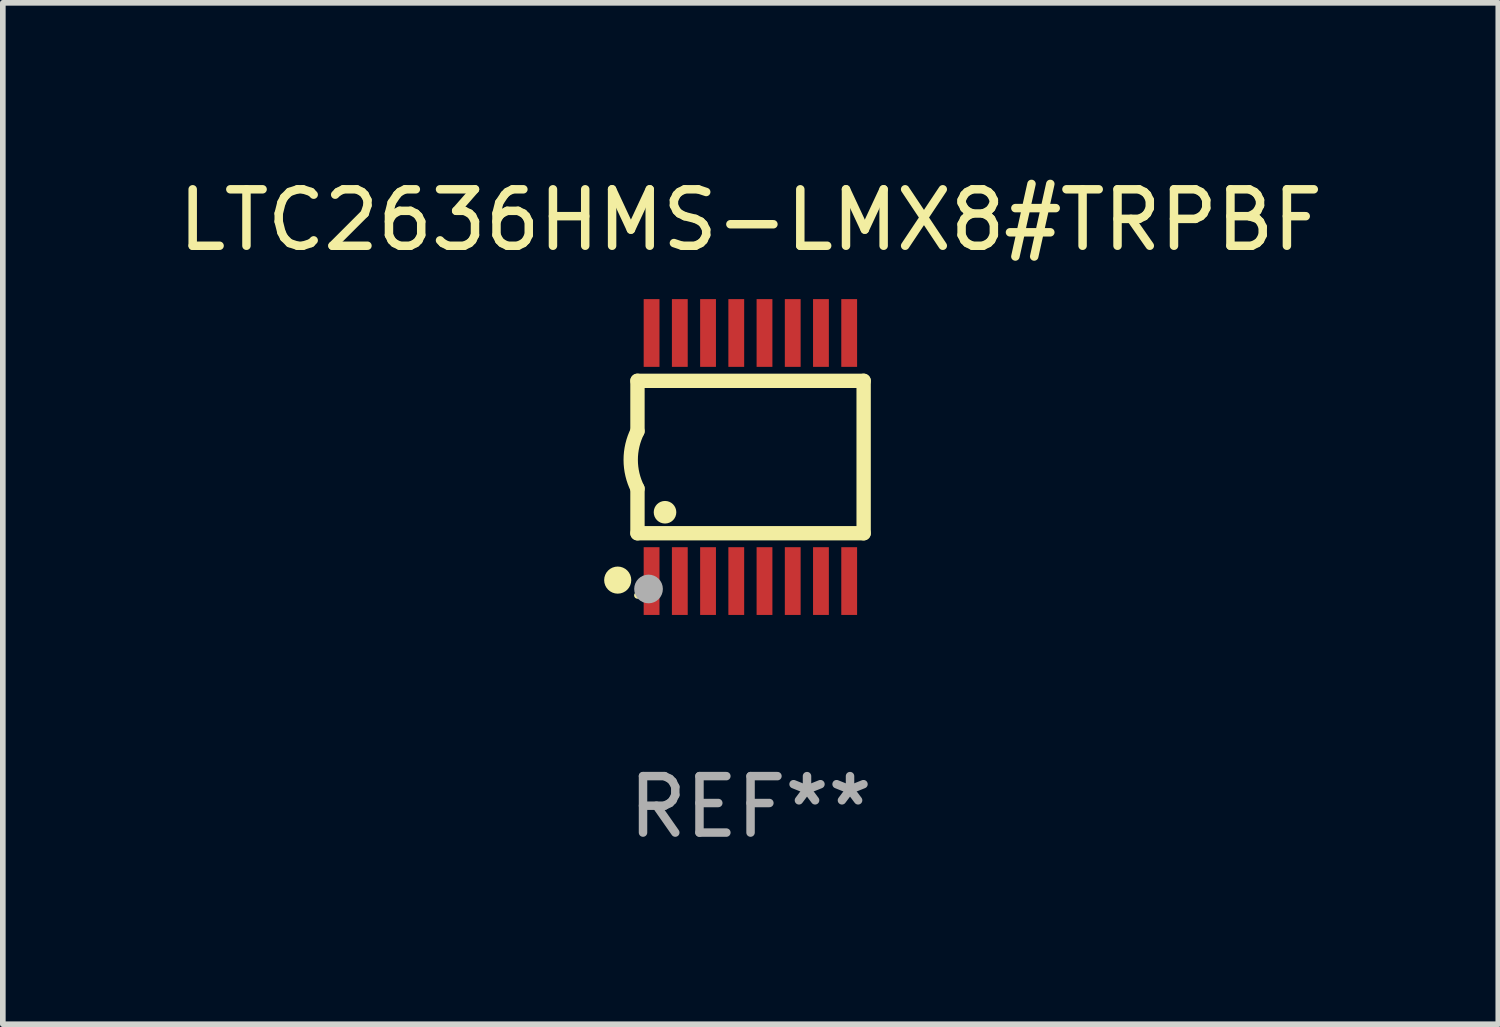
<source format=kicad_pcb>
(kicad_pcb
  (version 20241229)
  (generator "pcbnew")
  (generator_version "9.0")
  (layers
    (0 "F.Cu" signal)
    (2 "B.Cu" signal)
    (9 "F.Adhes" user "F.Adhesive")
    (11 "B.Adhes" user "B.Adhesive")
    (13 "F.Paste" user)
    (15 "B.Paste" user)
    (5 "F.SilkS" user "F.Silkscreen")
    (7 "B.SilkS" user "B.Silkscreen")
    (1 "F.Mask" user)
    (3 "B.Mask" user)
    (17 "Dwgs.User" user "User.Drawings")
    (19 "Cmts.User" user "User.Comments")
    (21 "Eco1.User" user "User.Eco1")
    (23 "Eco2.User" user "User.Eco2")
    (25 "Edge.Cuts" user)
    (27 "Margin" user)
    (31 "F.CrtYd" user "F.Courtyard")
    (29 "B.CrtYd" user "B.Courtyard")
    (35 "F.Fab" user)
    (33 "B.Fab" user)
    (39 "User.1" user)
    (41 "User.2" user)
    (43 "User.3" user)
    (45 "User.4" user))
  (footprint "LTC2636HMS-LMX8#TRPBF"
    (layer "F.Cu")
    (at 10.244 5.045)
    (property "Reference" "LTC2636HMS-LMX8#TRPBF" (at 0 -4.197 0) (layer "F.SilkS") (effects (font (size 1 1) (thickness 0.15))))
    (attr through_hole)
    (fp_line (start -2.003 -1.35) (end -2.003 -0.457) (stroke (width 0.254) (type solid)) (layer "F.SilkS"))
    (fp_line (start -2.003 -1.35) (end 2.003 -1.35) (stroke (width 0.254) (type solid)) (layer "F.SilkS"))
    (fp_line (start -2.003 1.35) (end -2.003 0.559) (stroke (width 0.254) (type solid)) (layer "F.SilkS"))
    (fp_line (start -2.003 1.35) (end 2.003 1.35) (stroke (width 0.254) (type solid)) (layer "F.SilkS"))
    (fp_line (start 2.003 -1.35) (end 2.003 1.35) (stroke (width 0.254) (type solid)) (layer "F.SilkS"))
    (fp_arc (start -2.002286 0.558802) (mid -2.122556 0.05092) (end -2.003302 -0.457201) (stroke (width 0.254001) (type solid)) (layer "F.SilkS"))
    (fp_circle (center -2.353 2.18) (end -2.233 2.18) (stroke (width 0.24) (type solid)) (fill no) (layer "F.SilkS"))
    (fp_circle (center -2.003 2.45) (end -1.973 2.45) (stroke (width 0.06) (type solid)) (fill no) (layer "F.SilkS"))
    (fp_circle (center -1.515 0.978) (end -1.415 0.978) (stroke (width 0.2) (type solid)) (fill no) (layer "F.SilkS"))
    (fp_circle (center -1.807 2.337) (end -1.68 2.337) (stroke (width 0.254) (type solid)) (fill no) (layer "F.Fab"))
    (fp_text user "REF**" (at 0 6.197 0) (layer "F.Fab") (effects (font (size 1 1) (thickness 0.15))))
    (pad "1" smd rect (at -1.753 2.197 90) (size 1.2 0.28) (layers "F.Cu" "F.Mask" "F.Paste"))
    (pad "2" smd rect (at -1.253 2.197 90) (size 1.2 0.28) (layers "F.Cu" "F.Mask" "F.Paste"))
    (pad "3" smd rect (at -0.753 2.197 90) (size 1.2 0.28) (layers "F.Cu" "F.Mask" "F.Paste"))
    (pad "4" smd rect (at -0.253 2.197 90) (size 1.2 0.28) (layers "F.Cu" "F.Mask" "F.Paste"))
    (pad "5" smd rect (at 0.247 2.197 90) (size 1.2 0.28) (layers "F.Cu" "F.Mask" "F.Paste"))
    (pad "6" smd rect (at 0.747 2.197 90) (size 1.2 0.28) (layers "F.Cu" "F.Mask" "F.Paste"))
    (pad "7" smd rect (at 1.247 2.197 90) (size 1.2 0.28) (layers "F.Cu" "F.Mask" "F.Paste"))
    (pad "8" smd rect (at 1.747 2.197 90) (size 1.2 0.28) (layers "F.Cu" "F.Mask" "F.Paste"))
    (pad "9" smd rect (at 1.747 -2.197 90) (size 1.2 0.28) (layers "F.Cu" "F.Mask" "F.Paste"))
    (pad "10" smd rect (at 1.247 -2.197 90) (size 1.2 0.28) (layers "F.Cu" "F.Mask" "F.Paste"))
    (pad "11" smd rect (at 0.747 -2.197 90) (size 1.2 0.28) (layers "F.Cu" "F.Mask" "F.Paste"))
    (pad "12" smd rect (at 0.247 -2.197 90) (size 1.2 0.28) (layers "F.Cu" "F.Mask" "F.Paste"))
    (pad "13" smd rect (at -0.253 -2.197 90) (size 1.2 0.28) (layers "F.Cu" "F.Mask" "F.Paste"))
    (pad "14" smd rect (at -0.753 -2.197 90) (size 1.2 0.28) (layers "F.Cu" "F.Mask" "F.Paste"))
    (pad "15" smd rect (at -1.253 -2.197 90) (size 1.2 0.28) (layers "F.Cu" "F.Mask" "F.Paste"))
    (pad "16" smd rect (at -1.753 -2.197 90) (size 1.2 0.28) (layers "F.Cu" "F.Mask" "F.Paste")))
  (gr_rect
    (start -3 -3)
    (end 23.488 15.091)
    (stroke (width 0.1) (type default))
    (fill no)
    (layer "Edge.Cuts")))
</source>
